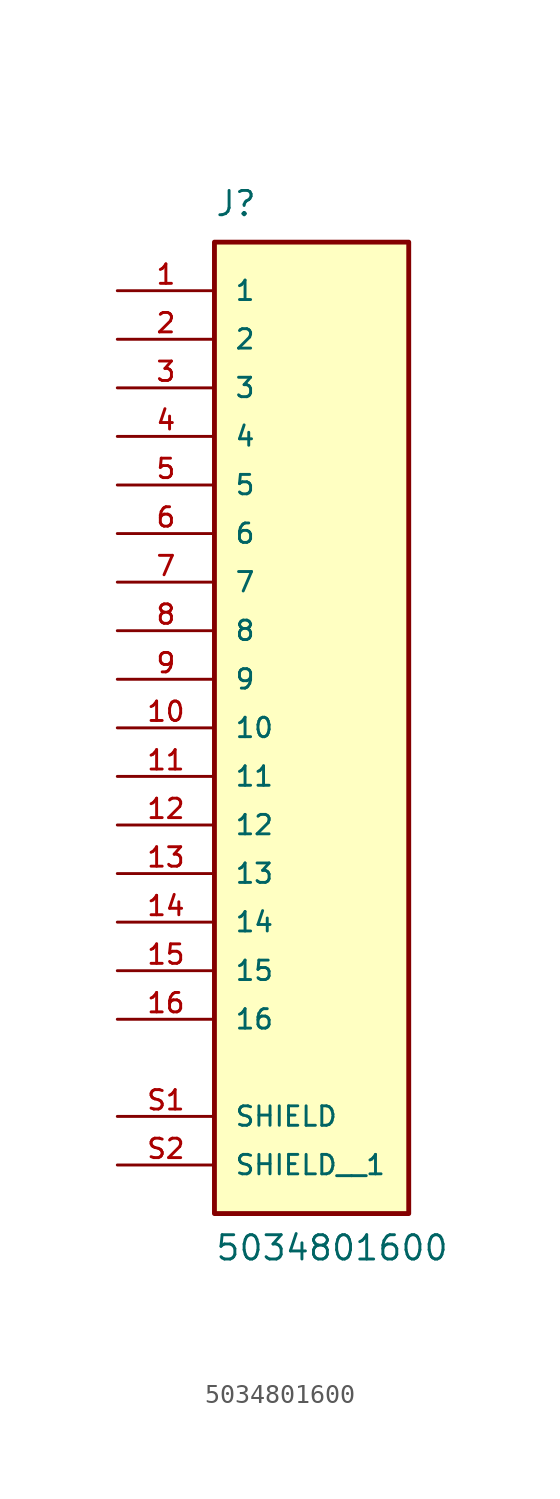
<source format=kicad_sym>
(kicad_symbol_lib
  (version 20211014)
  (generator kicad_symbol_editor)
  (symbol "5034801600"
    (pin_names
      (offset 1.016))
    (property "Reference" "J"
      (at -5.08 24.13 0)
      (effects (font (size 1.27 1.27)) (justify bottom left)))
    (property "Value" "5034801600"
      (at -5.08 -30.48 0)
      (effects (font (size 1.27 1.27)) (justify bottom left)))
    (symbol "5034801600_0_0"
      (rectangle (start -5.08 -27.94) (end 5.08 22.86) (stroke (width 0.254)) (fill (type background)))
      (pin passive line (at -10.16 20.32 0) (length 5.08) (name "1" (effects (font (size 1.016 1.016)))) (number "1" (effects (font (size 1.016 1.016)))))
      (pin passive line (at -10.16 17.78 0) (length 5.08) (name "2" (effects (font (size 1.016 1.016)))) (number "2" (effects (font (size 1.016 1.016)))))
      (pin passive line (at -10.16 15.24 0) (length 5.08) (name "3" (effects (font (size 1.016 1.016)))) (number "3" (effects (font (size 1.016 1.016)))))
      (pin passive line (at -10.16 12.7 0) (length 5.08) (name "4" (effects (font (size 1.016 1.016)))) (number "4" (effects (font (size 1.016 1.016)))))
      (pin passive line (at -10.16 10.16 0) (length 5.08) (name "5" (effects (font (size 1.016 1.016)))) (number "5" (effects (font (size 1.016 1.016)))))
      (pin passive line (at -10.16 7.62 0) (length 5.08) (name "6" (effects (font (size 1.016 1.016)))) (number "6" (effects (font (size 1.016 1.016)))))
      (pin passive line (at -10.16 5.08 0) (length 5.08) (name "7" (effects (font (size 1.016 1.016)))) (number "7" (effects (font (size 1.016 1.016)))))
      (pin passive line (at -10.16 2.54 0) (length 5.08) (name "8" (effects (font (size 1.016 1.016)))) (number "8" (effects (font (size 1.016 1.016)))))
      (pin passive line (at -10.16 0.0 0) (length 5.08) (name "9" (effects (font (size 1.016 1.016)))) (number "9" (effects (font (size 1.016 1.016)))))
      (pin passive line (at -10.16 -2.54 0) (length 5.08) (name "10" (effects (font (size 1.016 1.016)))) (number "10" (effects (font (size 1.016 1.016)))))
      (pin passive line (at -10.16 -5.08 0) (length 5.08) (name "11" (effects (font (size 1.016 1.016)))) (number "11" (effects (font (size 1.016 1.016)))))
      (pin passive line (at -10.16 -7.62 0) (length 5.08) (name "12" (effects (font (size 1.016 1.016)))) (number "12" (effects (font (size 1.016 1.016)))))
      (pin passive line (at -10.16 -10.16 0) (length 5.08) (name "13" (effects (font (size 1.016 1.016)))) (number "13" (effects (font (size 1.016 1.016)))))
      (pin passive line (at -10.16 -12.7 0) (length 5.08) (name "14" (effects (font (size 1.016 1.016)))) (number "14" (effects (font (size 1.016 1.016)))))
      (pin passive line (at -10.16 -15.24 0) (length 5.08) (name "15" (effects (font (size 1.016 1.016)))) (number "15" (effects (font (size 1.016 1.016)))))
      (pin passive line (at -10.16 -17.78 0) (length 5.08) (name "16" (effects (font (size 1.016 1.016)))) (number "16" (effects (font (size 1.016 1.016)))))
      (pin passive line (at -10.16 -22.86 0) (length 5.08) (name "SHIELD" (effects (font (size 1.016 1.016)))) (number "S1" (effects (font (size 1.016 1.016)))))
      (pin passive line (at -10.16 -25.4 0) (length 5.08) (name "SHIELD__1" (effects (font (size 1.016 1.016)))) (number "S2" (effects (font (size 1.016 1.016))))))))
</source>
